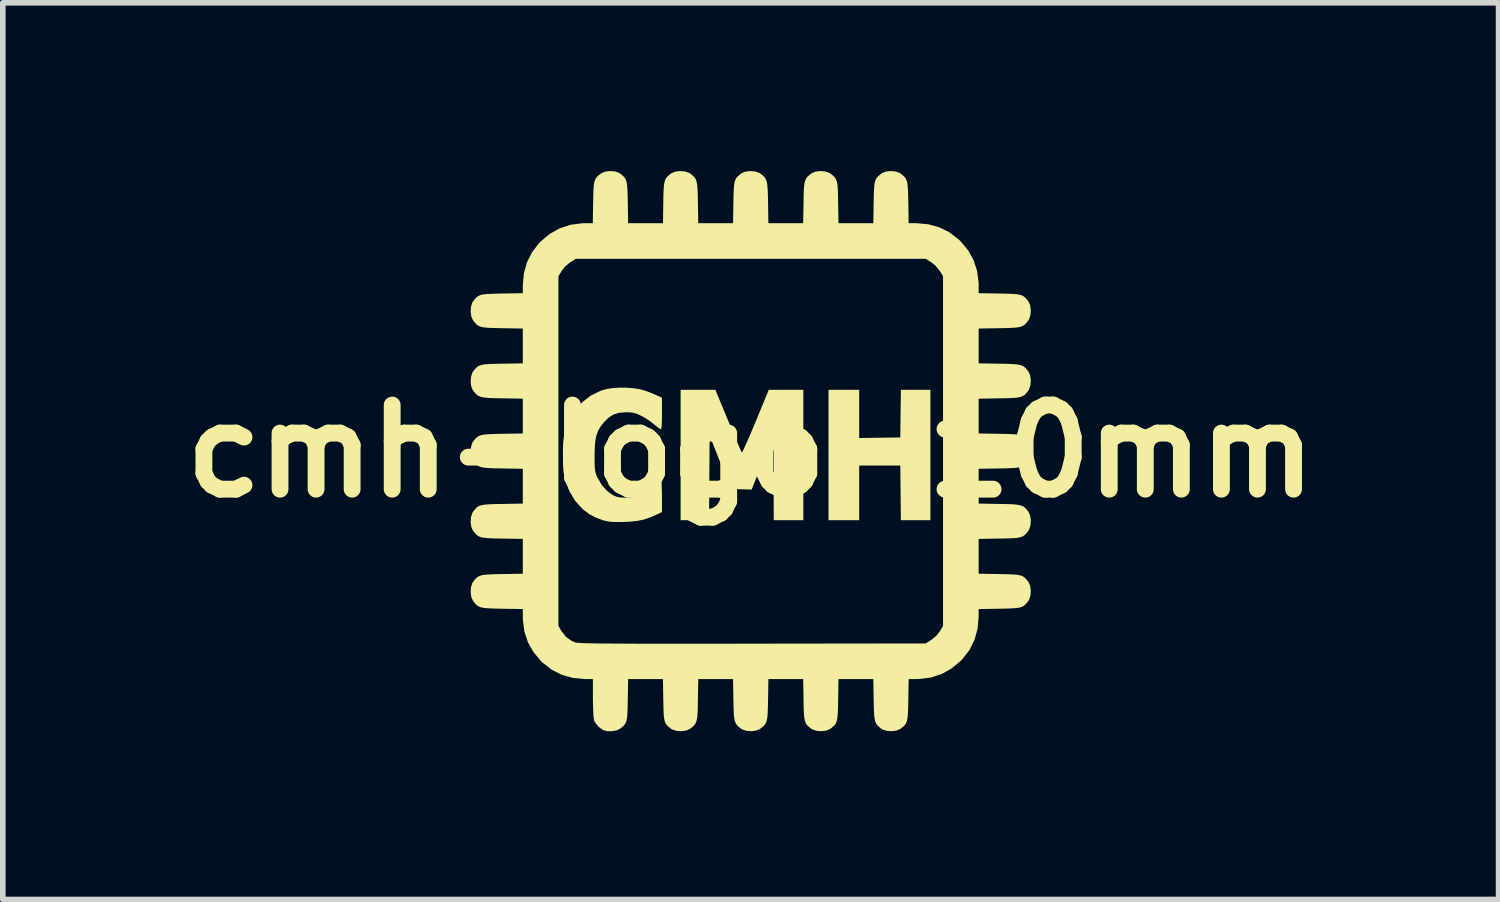
<source format=kicad_pcb>
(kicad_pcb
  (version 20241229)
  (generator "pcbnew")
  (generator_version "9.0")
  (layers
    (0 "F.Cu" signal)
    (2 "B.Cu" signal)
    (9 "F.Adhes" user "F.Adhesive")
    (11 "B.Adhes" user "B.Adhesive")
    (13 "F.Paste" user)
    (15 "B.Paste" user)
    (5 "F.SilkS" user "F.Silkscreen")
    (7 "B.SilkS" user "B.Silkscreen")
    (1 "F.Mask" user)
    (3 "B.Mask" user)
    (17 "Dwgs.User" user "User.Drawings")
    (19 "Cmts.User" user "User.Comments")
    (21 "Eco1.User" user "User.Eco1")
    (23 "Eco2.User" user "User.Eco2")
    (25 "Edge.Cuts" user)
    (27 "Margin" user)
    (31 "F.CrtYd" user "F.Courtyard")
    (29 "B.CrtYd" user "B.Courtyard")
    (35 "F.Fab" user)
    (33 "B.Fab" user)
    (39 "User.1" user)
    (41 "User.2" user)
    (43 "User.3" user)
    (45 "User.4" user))
  (footprint "cmh-logo-10mm"
    (layer "F.Cu")
    (at 10.336 4.994)
    (property "Reference" "cmh-logo-10mm" (at 0 0 0) (layer "F.SilkS") (effects (font (size 1.5 1.5) (thickness 0.3))))
    (attr board_only exclude_from_pos_files exclude_from_bom)
    (fp_poly (pts (xy 1.934 -0.664) (xy 1.934 -0.234) (xy 2.301 -0.239) (xy 2.667 -0.244) (xy 2.672 -0.669) (xy 2.678 -1.094) (xy 2.941 -1.094) (xy 3.204 -1.094) (xy 3.204 0.068) (xy 3.204 1.231) (xy 2.941 1.231) (xy 2.677 1.231) (xy 2.672 0.718) (xy 2.667 0.205) (xy 2.301 0.2) (xy 1.934 0.195) (xy 1.934 0.713) (xy 1.934 1.231) (xy 1.661 1.231) (xy 1.387 1.231) (xy 1.387 0.068) (xy 1.387 -1.094) (xy 1.661 -1.094) (xy 1.934 -1.094)) (stroke (width 0) (type solid)) (fill yes) (layer "F.SilkS"))
    (fp_poly (pts (xy -0.402 -0.542) (xy -0.344 -0.404) (xy -0.291 -0.278) (xy -0.245 -0.168) (xy -0.206 -0.079) (xy -0.178 -0.015) (xy -0.162 0.02) (xy -0.159 0.024) (xy -0.148 0.01) (xy -0.125 -0.036) (xy -0.091 -0.109) (xy -0.048 -0.206) (xy 0.003 -0.323) (xy 0.058 -0.455) (xy 0.089 -0.528) (xy 0.322 -1.094) (xy 0.63 -1.094) (xy 0.938 -1.094) (xy 0.938 0.068) (xy 0.938 1.231) (xy 0.674 1.231) (xy 0.41 1.231) (xy 0.409 0.464) (xy 0.408 -0.303) (xy 0.212 0.191) (xy 0.016 0.685) (xy -0.171 0.68) (xy -0.357 0.674) (xy -0.545 0.197) (xy -0.733 -0.28) (xy -0.738 0.476) (xy -0.743 1.231) (xy -0.997 1.231) (xy -1.25 1.231) (xy -1.25 0.068) (xy -1.25 -1.094) (xy -0.941 -1.094) (xy -0.631 -1.094)) (stroke (width 0) (type solid)) (fill yes) (layer "F.SilkS"))
    (fp_poly (pts (xy -2.216 -1.131) (xy -2.083 -1.121) (xy -1.973 -1.103) (xy -1.886 -1.078) (xy -1.788 -1.043) (xy -1.714 -1.012) (xy -1.583 -0.952) (xy -1.583 -0.671) (xy -1.584 -0.544) (xy -1.588 -0.456) (xy -1.595 -0.405) (xy -1.604 -0.391) (xy -1.628 -0.403) (xy -1.672 -0.435) (xy -1.726 -0.479) (xy -1.726 -0.48) (xy -1.8 -0.537) (xy -1.888 -0.595) (xy -1.954 -0.631) (xy -2.03 -0.665) (xy -2.093 -0.684) (xy -2.163 -0.692) (xy -2.227 -0.693) (xy -2.351 -0.683) (xy -2.452 -0.651) (xy -2.542 -0.59) (xy -2.615 -0.517) (xy -2.676 -0.439) (xy -2.722 -0.362) (xy -2.752 -0.278) (xy -2.772 -0.177) (xy -2.781 -0.052) (xy -2.784 0.078) (xy -2.784 0.19) (xy -2.782 0.272) (xy -2.777 0.332) (xy -2.768 0.379) (xy -2.755 0.421) (xy -2.735 0.468) (xy -2.729 0.479) (xy -2.651 0.61) (xy -2.552 0.718) (xy -2.452 0.788) (xy -2.397 0.811) (xy -2.334 0.825) (xy -2.25 0.83) (xy -2.218 0.83) (xy -2.099 0.822) (xy -1.993 0.795) (xy -1.889 0.744) (xy -1.778 0.666) (xy -1.73 0.626) (xy -1.673 0.579) (xy -1.627 0.545) (xy -1.601 0.528) (xy -1.598 0.528) (xy -1.593 0.546) (xy -1.588 0.596) (xy -1.585 0.672) (xy -1.583 0.766) (xy -1.583 0.807) (xy -1.583 1.087) (xy -1.656 1.122) (xy -1.787 1.18) (xy -1.906 1.22) (xy -2.028 1.245) (xy -2.167 1.259) (xy -2.257 1.263) (xy -2.376 1.264) (xy -2.466 1.262) (xy -2.537 1.255) (xy -2.6 1.242) (xy -2.628 1.234) (xy -2.764 1.185) (xy -2.877 1.125) (xy -2.984 1.044) (xy -3.011 1.019) (xy -3.133 0.884) (xy -3.228 0.723) (xy -3.299 0.54) (xy -3.318 0.471) (xy -3.332 0.406) (xy -3.341 0.338) (xy -3.346 0.254) (xy -3.348 0.147) (xy -3.348 0.088) (xy -3.348 -0.036) (xy -3.345 -0.131) (xy -3.338 -0.207) (xy -3.327 -0.275) (xy -3.31 -0.344) (xy -3.304 -0.366) (xy -3.232 -0.559) (xy -3.131 -0.728) (xy -3.005 -0.872) (xy -2.856 -0.988) (xy -2.686 -1.072) (xy -2.588 -1.103) (xy -2.483 -1.122) (xy -2.354 -1.131)) (stroke (width 0) (type solid)) (fill yes) (layer "F.SilkS"))
    (fp_poly (pts (xy 2.574 -4.988) (xy 2.649 -4.964) (xy 2.669 -4.952) (xy 2.714 -4.917) (xy 2.747 -4.885) (xy 2.771 -4.848) (xy 2.788 -4.801) (xy 2.798 -4.738) (xy 2.804 -4.652) (xy 2.808 -4.537) (xy 2.81 -4.434) (xy 2.816 -4.064) (xy 2.956 -4.064) (xy 3.168 -4.045) (xy 3.363 -3.991) (xy 3.543 -3.902) (xy 3.706 -3.776) (xy 3.742 -3.742) (xy 3.875 -3.582) (xy 3.973 -3.407) (xy 4.036 -3.215) (xy 4.063 -3.007) (xy 4.064 -2.956) (xy 4.064 -2.816) (xy 4.434 -2.81) (xy 4.573 -2.807) (xy 4.678 -2.803) (xy 4.757 -2.796) (xy 4.815 -2.784) (xy 4.859 -2.765) (xy 4.894 -2.739) (xy 4.926 -2.702) (xy 4.952 -2.669) (xy 4.982 -2.602) (xy 4.994 -2.517) (xy 4.988 -2.428) (xy 4.964 -2.353) (xy 4.952 -2.333) (xy 4.917 -2.288) (xy 4.885 -2.255) (xy 4.848 -2.231) (xy 4.801 -2.214) (xy 4.738 -2.204) (xy 4.652 -2.198) (xy 4.537 -2.194) (xy 4.434 -2.192) (xy 4.064 -2.186) (xy 4.064 -1.876) (xy 4.064 -1.565) (xy 4.434 -1.559) (xy 4.573 -1.557) (xy 4.678 -1.552) (xy 4.757 -1.545) (xy 4.815 -1.533) (xy 4.859 -1.515) (xy 4.894 -1.488) (xy 4.926 -1.452) (xy 4.952 -1.419) (xy 4.982 -1.352) (xy 4.994 -1.266) (xy 4.988 -1.178) (xy 4.964 -1.103) (xy 4.952 -1.082) (xy 4.917 -1.038) (xy 4.885 -1.004) (xy 4.848 -0.98) (xy 4.801 -0.964) (xy 4.738 -0.953) (xy 4.652 -0.947) (xy 4.537 -0.943) (xy 4.434 -0.942) (xy 4.064 -0.935) (xy 4.064 -0.625) (xy 4.064 -0.315) (xy 4.434 -0.309) (xy 4.573 -0.306) (xy 4.678 -0.302) (xy 4.757 -0.295) (xy 4.815 -0.283) (xy 4.859 -0.264) (xy 4.894 -0.238) (xy 4.926 -0.201) (xy 4.952 -0.168) (xy 4.982 -0.101) (xy 4.994 -0.016) (xy 4.988 0.073) (xy 4.964 0.148) (xy 4.952 0.168) (xy 4.917 0.213) (xy 4.885 0.246) (xy 4.848 0.27) (xy 4.801 0.287) (xy 4.738 0.297) (xy 4.652 0.303) (xy 4.537 0.307) (xy 4.434 0.309) (xy 4.064 0.315) (xy 4.064 0.625) (xy 4.064 0.935) (xy 4.434 0.942) (xy 4.573 0.944) (xy 4.678 0.948) (xy 4.757 0.956) (xy 4.815 0.968) (xy 4.859 0.986) (xy 4.894 1.013) (xy 4.926 1.049) (xy 4.952 1.082) (xy 4.982 1.149) (xy 4.994 1.235) (xy 4.988 1.323) (xy 4.964 1.398) (xy 4.952 1.419) (xy 4.917 1.463) (xy 4.885 1.496) (xy 4.848 1.521) (xy 4.801 1.537) (xy 4.738 1.548) (xy 4.652 1.554) (xy 4.537 1.557) (xy 4.434 1.559) (xy 4.064 1.565) (xy 4.064 1.876) (xy 4.064 2.186) (xy 4.434 2.192) (xy 4.573 2.195) (xy 4.678 2.199) (xy 4.757 2.206) (xy 4.815 2.218) (xy 4.859 2.237) (xy 4.894 2.263) (xy 4.926 2.3) (xy 4.952 2.333) (xy 4.982 2.399) (xy 4.994 2.485) (xy 4.988 2.574) (xy 4.964 2.649) (xy 4.952 2.669) (xy 4.917 2.714) (xy 4.885 2.747) (xy 4.848 2.771) (xy 4.801 2.788) (xy 4.738 2.798) (xy 4.652 2.804) (xy 4.537 2.808) (xy 4.434 2.81) (xy 4.064 2.816) (xy 4.064 2.956) (xy 4.045 3.168) (xy 3.991 3.363) (xy 3.902 3.543) (xy 3.776 3.706) (xy 3.742 3.742) (xy 3.582 3.875) (xy 3.407 3.973) (xy 3.215 4.036) (xy 3.007 4.063) (xy 2.956 4.064) (xy 2.816 4.064) (xy 2.81 4.434) (xy 2.807 4.573) (xy 2.803 4.678) (xy 2.796 4.757) (xy 2.784 4.815) (xy 2.765 4.859) (xy 2.739 4.894) (xy 2.702 4.926) (xy 2.669 4.952) (xy 2.602 4.982) (xy 2.517 4.994) (xy 2.428 4.988) (xy 2.353 4.964) (xy 2.333 4.952) (xy 2.288 4.917) (xy 2.255 4.885) (xy 2.231 4.848) (xy 2.214 4.801) (xy 2.204 4.738) (xy 2.198 4.652) (xy 2.194 4.537) (xy 2.192 4.434) (xy 2.186 4.064) (xy 1.876 4.064) (xy 1.565 4.064) (xy 1.559 4.434) (xy 1.557 4.573) (xy 1.552 4.678) (xy 1.545 4.757) (xy 1.533 4.815) (xy 1.515 4.859) (xy 1.488 4.894) (xy 1.452 4.926) (xy 1.419 4.952) (xy 1.352 4.982) (xy 1.266 4.994) (xy 1.178 4.988) (xy 1.103 4.964) (xy 1.082 4.952) (xy 1.038 4.917) (xy 1.004 4.885) (xy 0.98 4.848) (xy 0.964 4.801) (xy 0.953 4.738) (xy 0.947 4.652) (xy 0.943 4.537) (xy 0.942 4.434) (xy 0.935 4.064) (xy 0.625 4.064) (xy 0.315 4.064) (xy 0.309 4.434) (xy 0.306 4.573) (xy 0.302 4.678) (xy 0.295 4.757) (xy 0.283 4.815) (xy 0.264 4.859) (xy 0.238 4.894) (xy 0.201 4.926) (xy 0.168 4.952) (xy 0.101 4.982) (xy 0.016 4.994) (xy -0.073 4.988) (xy -0.148 4.964) (xy -0.168 4.952) (xy -0.213 4.917) (xy -0.246 4.885) (xy -0.27 4.848) (xy -0.287 4.801) (xy -0.297 4.738) (xy -0.303 4.652) (xy -0.307 4.537) (xy -0.309 4.434) (xy -0.315 4.064) (xy -0.625 4.064) (xy -0.935 4.064) (xy -0.942 4.434) (xy -0.944 4.573) (xy -0.948 4.678) (xy -0.956 4.757) (xy -0.968 4.815) (xy -0.986 4.859) (xy -1.013 4.894) (xy -1.049 4.926) (xy -1.082 4.952) (xy -1.149 4.982) (xy -1.235 4.994) (xy -1.323 4.988) (xy -1.398 4.964) (xy -1.419 4.952) (xy -1.463 4.917) (xy -1.496 4.885) (xy -1.521 4.848) (xy -1.537 4.801) (xy -1.548 4.738) (xy -1.554 4.652) (xy -1.557 4.537) (xy -1.559 4.434) (xy -1.565 4.064) (xy -1.876 4.064) (xy -2.186 4.064) (xy -2.192 4.434) (xy -2.195 4.573) (xy -2.199 4.679) (xy -2.206 4.757) (xy -2.218 4.816) (xy -2.237 4.859) (xy -2.263 4.894) (xy -2.299 4.926) (xy -2.33 4.95) (xy -2.395 4.98) (xy -2.48 4.995) (xy -2.566 4.992) (xy -2.628 4.975) (xy -2.712 4.917) (xy -2.776 4.836) (xy -2.793 4.8) (xy -2.8 4.762) (xy -2.806 4.691) (xy -2.81 4.595) (xy -2.813 4.481) (xy -2.814 4.405) (xy -2.814 4.064) (xy -2.955 4.064) (xy -3.167 4.045) (xy -3.363 3.991) (xy -3.543 3.901) (xy -3.706 3.776) (xy -3.742 3.742) (xy -3.875 3.582) (xy -3.973 3.407) (xy -4.036 3.215) (xy -4.049 3.116) (xy -3.429 3.116) (xy -3.375 3.208) (xy -3.294 3.312) (xy -3.19 3.386) (xy -3.128 3.412) (xy -3.112 3.415) (xy -3.083 3.418) (xy -3.039 3.421) (xy -2.979 3.424) (xy -2.9 3.426) (xy -2.802 3.428) (xy -2.683 3.43) (xy -2.541 3.431) (xy -2.374 3.432) (xy -2.181 3.433) (xy -1.961 3.434) (xy -1.711 3.434) (xy -1.43 3.434) (xy -1.117 3.434) (xy -0.769 3.434) (xy -0.385 3.434) (xy 0.031 3.433) (xy 3.119 3.429) (xy 3.215 3.37) (xy 3.308 3.294) (xy 3.37 3.215) (xy 3.429 3.119) (xy 3.429 0) (xy 3.429 -3.119) (xy 3.37 -3.215) (xy 3.294 -3.308) (xy 3.215 -3.37) (xy 3.119 -3.429) (xy 0 -3.429) (xy -3.119 -3.429) (xy -3.215 -3.37) (xy -3.308 -3.294) (xy -3.37 -3.215) (xy -3.429 -3.119) (xy -3.429 -0.002) (xy -3.429 3.116) (xy -4.049 3.116) (xy -4.063 3.008) (xy -4.064 2.956) (xy -4.064 2.816) (xy -4.434 2.81) (xy -4.573 2.807) (xy -4.678 2.803) (xy -4.757 2.796) (xy -4.815 2.784) (xy -4.859 2.765) (xy -4.894 2.739) (xy -4.926 2.702) (xy -4.952 2.669) (xy -4.982 2.602) (xy -4.994 2.517) (xy -4.988 2.428) (xy -4.964 2.353) (xy -4.952 2.333) (xy -4.917 2.288) (xy -4.885 2.255) (xy -4.848 2.231) (xy -4.801 2.214) (xy -4.738 2.204) (xy -4.652 2.198) (xy -4.537 2.194) (xy -4.434 2.192) (xy -4.064 2.186) (xy -4.064 1.876) (xy -4.064 1.565) (xy -4.434 1.559) (xy -4.573 1.557) (xy -4.678 1.552) (xy -4.757 1.545) (xy -4.815 1.533) (xy -4.859 1.515) (xy -4.894 1.488) (xy -4.926 1.452) (xy -4.952 1.419) (xy -4.982 1.352) (xy -4.994 1.266) (xy -4.988 1.178) (xy -4.964 1.103) (xy -4.952 1.082) (xy -4.917 1.038) (xy -4.885 1.004) (xy -4.848 0.98) (xy -4.801 0.964) (xy -4.738 0.953) (xy -4.652 0.947) (xy -4.537 0.943) (xy -4.434 0.942) (xy -4.064 0.935) (xy -4.064 0.625) (xy -4.064 0.315) (xy -4.434 0.309) (xy -4.573 0.306) (xy -4.678 0.302) (xy -4.757 0.295) (xy -4.815 0.283) (xy -4.859 0.264) (xy -4.894 0.238) (xy -4.926 0.201) (xy -4.952 0.168) (xy -4.982 0.101) (xy -4.994 0.016) (xy -4.988 -0.073) (xy -4.964 -0.148) (xy -4.952 -0.168) (xy -4.917 -0.213) (xy -4.885 -0.246) (xy -4.848 -0.27) (xy -4.801 -0.287) (xy -4.738 -0.297) (xy -4.652 -0.303) (xy -4.537 -0.307) (xy -4.434 -0.309) (xy -4.064 -0.315) (xy -4.064 -0.625) (xy -4.064 -0.935) (xy -4.434 -0.942) (xy -4.573 -0.944) (xy -4.678 -0.948) (xy -4.757 -0.956) (xy -4.815 -0.968) (xy -4.859 -0.986) (xy -4.894 -1.013) (xy -4.926 -1.049) (xy -4.952 -1.082) (xy -4.982 -1.149) (xy -4.994 -1.235) (xy -4.988 -1.323) (xy -4.964 -1.398) (xy -4.952 -1.419) (xy -4.917 -1.463) (xy -4.885 -1.496) (xy -4.848 -1.521) (xy -4.801 -1.537) (xy -4.738 -1.548) (xy -4.652 -1.554) (xy -4.537 -1.557) (xy -4.434 -1.559) (xy -4.064 -1.565) (xy -4.064 -1.876) (xy -4.064 -2.186) (xy -4.434 -2.192) (xy -4.573 -2.195) (xy -4.678 -2.199) (xy -4.757 -2.206) (xy -4.815 -2.218) (xy -4.859 -2.237) (xy -4.894 -2.263) (xy -4.926 -2.3) (xy -4.952 -2.333) (xy -4.982 -2.399) (xy -4.994 -2.485) (xy -4.988 -2.574) (xy -4.964 -2.649) (xy -4.952 -2.669) (xy -4.917 -2.714) (xy -4.885 -2.747) (xy -4.848 -2.771) (xy -4.801 -2.788) (xy -4.738 -2.798) (xy -4.652 -2.804) (xy -4.537 -2.808) (xy -4.434 -2.81) (xy -4.064 -2.816) (xy -4.064 -2.956) (xy -4.045 -3.168) (xy -3.991 -3.363) (xy -3.902 -3.542) (xy -3.777 -3.706) (xy -3.742 -3.742) (xy -3.582 -3.875) (xy -3.405 -3.973) (xy -3.213 -4.036) (xy -3.005 -4.063) (xy -2.956 -4.064) (xy -2.816 -4.064) (xy -2.81 -4.434) (xy -2.807 -4.573) (xy -2.803 -4.678) (xy -2.796 -4.757) (xy -2.784 -4.815) (xy -2.765 -4.859) (xy -2.739 -4.894) (xy -2.702 -4.926) (xy -2.669 -4.952) (xy -2.602 -4.982) (xy -2.517 -4.994) (xy -2.428 -4.988) (xy -2.353 -4.964) (xy -2.333 -4.952) (xy -2.288 -4.917) (xy -2.255 -4.885) (xy -2.231 -4.848) (xy -2.214 -4.801) (xy -2.204 -4.738) (xy -2.198 -4.652) (xy -2.194 -4.537) (xy -2.192 -4.434) (xy -2.186 -4.064) (xy -1.876 -4.064) (xy -1.565 -4.064) (xy -1.559 -4.434) (xy -1.557 -4.573) (xy -1.552 -4.678) (xy -1.545 -4.757) (xy -1.533 -4.815) (xy -1.515 -4.859) (xy -1.488 -4.894) (xy -1.452 -4.926) (xy -1.419 -4.952) (xy -1.352 -4.982) (xy -1.266 -4.994) (xy -1.178 -4.988) (xy -1.103 -4.964) (xy -1.082 -4.952) (xy -1.038 -4.917) (xy -1.004 -4.885) (xy -0.98 -4.848) (xy -0.964 -4.801) (xy -0.953 -4.738) (xy -0.947 -4.652) (xy -0.943 -4.537) (xy -0.942 -4.434) (xy -0.935 -4.064) (xy -0.625 -4.064) (xy -0.315 -4.064) (xy -0.309 -4.434) (xy -0.306 -4.573) (xy -0.302 -4.678) (xy -0.295 -4.757) (xy -0.283 -4.815) (xy -0.264 -4.859) (xy -0.238 -4.894) (xy -0.201 -4.926) (xy -0.168 -4.952) (xy -0.101 -4.982) (xy -0.016 -4.994) (xy 0.073 -4.988) (xy 0.148 -4.964) (xy 0.168 -4.952) (xy 0.213 -4.917) (xy 0.246 -4.885) (xy 0.27 -4.848) (xy 0.287 -4.801) (xy 0.297 -4.738) (xy 0.303 -4.652) (xy 0.307 -4.537) (xy 0.309 -4.434) (xy 0.315 -4.064) (xy 0.625 -4.064) (xy 0.935 -4.064) (xy 0.942 -4.434) (xy 0.944 -4.573) (xy 0.948 -4.678) (xy 0.956 -4.757) (xy 0.968 -4.815) (xy 0.986 -4.859) (xy 1.013 -4.894) (xy 1.049 -4.926) (xy 1.082 -4.952) (xy 1.149 -4.982) (xy 1.235 -4.994) (xy 1.323 -4.988) (xy 1.398 -4.964) (xy 1.419 -4.952) (xy 1.463 -4.917) (xy 1.496 -4.885) (xy 1.521 -4.848) (xy 1.537 -4.801) (xy 1.548 -4.738) (xy 1.554 -4.652) (xy 1.557 -4.537) (xy 1.559 -4.434) (xy 1.565 -4.064) (xy 1.876 -4.064) (xy 2.186 -4.064) (xy 2.192 -4.434) (xy 2.195 -4.573) (xy 2.199 -4.678) (xy 2.206 -4.757) (xy 2.218 -4.815) (xy 2.237 -4.859) (xy 2.263 -4.894) (xy 2.3 -4.926) (xy 2.333 -4.952) (xy 2.399 -4.982) (xy 2.485 -4.994)) (stroke (width 0) (type solid)) (fill yes) (layer "F.SilkS")))
  (gr_rect
    (start -3 -3)
    (end 23.671 12.988)
    (stroke (width 0.1) (type default))
    (fill no)
    (layer "Edge.Cuts")))
</source>
